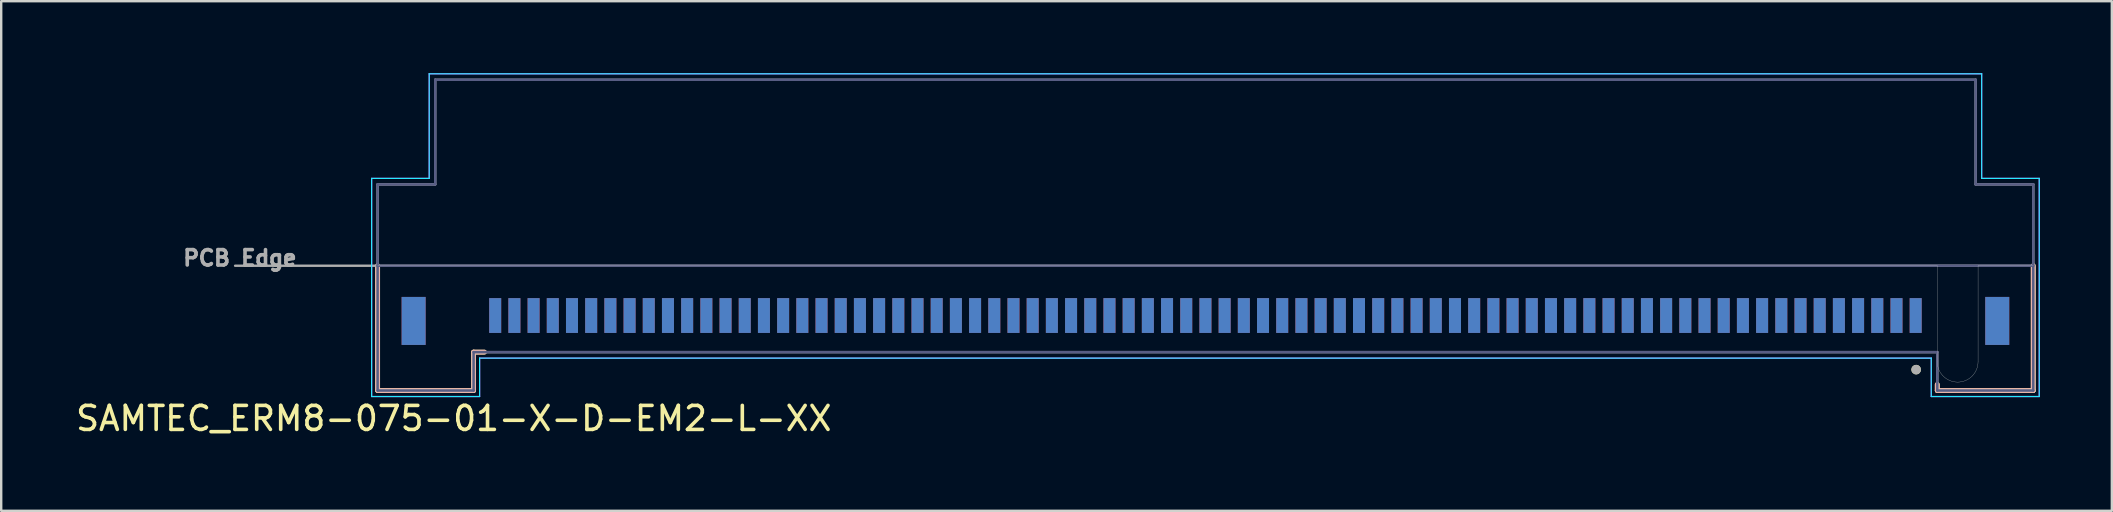
<source format=kicad_pcb>
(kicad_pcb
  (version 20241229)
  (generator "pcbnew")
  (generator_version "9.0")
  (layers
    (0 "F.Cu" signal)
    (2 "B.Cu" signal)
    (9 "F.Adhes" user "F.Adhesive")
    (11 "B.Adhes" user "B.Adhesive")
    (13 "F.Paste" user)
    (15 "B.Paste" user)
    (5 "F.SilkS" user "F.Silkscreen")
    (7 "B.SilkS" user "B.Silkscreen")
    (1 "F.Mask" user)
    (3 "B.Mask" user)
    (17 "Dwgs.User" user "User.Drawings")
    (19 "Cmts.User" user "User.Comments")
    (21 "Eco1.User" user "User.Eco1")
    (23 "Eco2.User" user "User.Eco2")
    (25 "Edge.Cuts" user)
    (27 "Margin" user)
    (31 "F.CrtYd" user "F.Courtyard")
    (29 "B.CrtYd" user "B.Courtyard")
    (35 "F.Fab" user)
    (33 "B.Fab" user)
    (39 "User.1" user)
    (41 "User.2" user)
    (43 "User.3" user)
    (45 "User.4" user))
  (footprint "SAMTEC_ERM8-075-01-X-D-EM2-L-XX"
    (layer "F.Cu")
    (at 47.188 8.025)
    (property "Reference" "SAMTEC_ERM8-075-01-X-D-EM2-L-XX" (at -31.325 6.365 0) (layer "F.SilkS") (effects (font (size 1 1) (thickness 0.15))))
    (attr smd)
    (fp_line (start -34.5 0) (end -34.5 5.2) (stroke (width 0.2) (type solid)) (layer "F.SilkS"))
    (fp_line (start -34.5 5.2) (end -30.5 5.2) (stroke (width 0.2) (type solid)) (layer "F.SilkS"))
    (fp_line (start -30.5 3.6) (end -30.05 3.6) (stroke (width 0.2) (type solid)) (layer "F.SilkS"))
    (fp_line (start -30.5 5.2) (end -30.5 3.6) (stroke (width 0.2) (type solid)) (layer "F.SilkS"))
    (fp_line (start 30.5 5.2) (end 30.5 4.95) (stroke (width 0.2) (type solid)) (layer "F.SilkS"))
    (fp_line (start 30.5 5.2) (end 34.5 5.2) (stroke (width 0.2) (type solid)) (layer "F.SilkS"))
    (fp_line (start 34.5 5.2) (end 34.5 0) (stroke (width 0.2) (type solid)) (layer "F.SilkS"))
    (fp_circle (center 29.62 4.33) (end 29.72 4.33) (stroke (width 0.2) (type solid)) (fill no) (layer "F.SilkS"))
    (fp_line (start -34.5 0) (end -34.5 5.2) (stroke (width 0.2) (type solid)) (layer "B.SilkS"))
    (fp_line (start -34.5 5.2) (end -30.5 5.2) (stroke (width 0.2) (type solid)) (layer "B.SilkS"))
    (fp_line (start -30.5 3.6) (end -30.05 3.6) (stroke (width 0.2) (type solid)) (layer "B.SilkS"))
    (fp_line (start -30.5 5.2) (end -30.5 3.6) (stroke (width 0.2) (type solid)) (layer "B.SilkS"))
    (fp_line (start 30.5 4.95) (end 30.5 5.2) (stroke (width 0.2) (type solid)) (layer "B.SilkS"))
    (fp_line (start 30.5 5.2) (end 34.5 5.2) (stroke (width 0.2) (type solid)) (layer "B.SilkS"))
    (fp_line (start 34.5 5.2) (end 34.5 0) (stroke (width 0.2) (type solid)) (layer "B.SilkS"))
    (fp_poly (pts (xy -29.78 2.08) (xy -29.78 3.35) (xy -29.42 3.35) (xy -29.42 2.08) (xy -29.6 1.83)) (stroke (width 0.01) (type solid)) (fill yes) (layer "F.Paste"))
    (fp_poly (pts (xy -28.98 2.08) (xy -28.98 3.35) (xy -28.62 3.35) (xy -28.62 2.08) (xy -28.8 1.83)) (stroke (width 0.01) (type solid)) (fill yes) (layer "F.Paste"))
    (fp_poly (pts (xy -28.18 2.08) (xy -28.18 3.35) (xy -27.82 3.35) (xy -27.82 2.08) (xy -28 1.83)) (stroke (width 0.01) (type solid)) (fill yes) (layer "F.Paste"))
    (fp_poly (pts (xy -27.38 2.08) (xy -27.38 3.35) (xy -27.02 3.35) (xy -27.02 2.08) (xy -27.2 1.83)) (stroke (width 0.01) (type solid)) (fill yes) (layer "F.Paste"))
    (fp_poly (pts (xy -26.58 2.08) (xy -26.58 3.35) (xy -26.22 3.35) (xy -26.22 2.08) (xy -26.4 1.83)) (stroke (width 0.01) (type solid)) (fill yes) (layer "F.Paste"))
    (fp_poly (pts (xy -25.78 2.08) (xy -25.78 3.35) (xy -25.42 3.35) (xy -25.42 2.08) (xy -25.6 1.83)) (stroke (width 0.01) (type solid)) (fill yes) (layer "F.Paste"))
    (fp_poly (pts (xy -24.98 2.08) (xy -24.98 3.35) (xy -24.62 3.35) (xy -24.62 2.08) (xy -24.8 1.83)) (stroke (width 0.01) (type solid)) (fill yes) (layer "F.Paste"))
    (fp_poly (pts (xy -24.18 2.08) (xy -24.18 3.35) (xy -23.82 3.35) (xy -23.82 2.08) (xy -24 1.83)) (stroke (width 0.01) (type solid)) (fill yes) (layer "F.Paste"))
    (fp_poly (pts (xy -23.38 2.08) (xy -23.38 3.35) (xy -23.02 3.35) (xy -23.02 2.08) (xy -23.2 1.83)) (stroke (width 0.01) (type solid)) (fill yes) (layer "F.Paste"))
    (fp_poly (pts (xy -22.58 2.08) (xy -22.58 3.35) (xy -22.22 3.35) (xy -22.22 2.08) (xy -22.4 1.83)) (stroke (width 0.01) (type solid)) (fill yes) (layer "F.Paste"))
    (fp_poly (pts (xy -21.78 2.08) (xy -21.78 3.35) (xy -21.42 3.35) (xy -21.42 2.08) (xy -21.6 1.83)) (stroke (width 0.01) (type solid)) (fill yes) (layer "F.Paste"))
    (fp_poly (pts (xy -20.98 2.08) (xy -20.98 3.35) (xy -20.62 3.35) (xy -20.62 2.08) (xy -20.8 1.83)) (stroke (width 0.01) (type solid)) (fill yes) (layer "F.Paste"))
    (fp_poly (pts (xy -20.18 2.08) (xy -20.18 3.35) (xy -19.82 3.35) (xy -19.82 2.08) (xy -20 1.83)) (stroke (width 0.01) (type solid)) (fill yes) (layer "F.Paste"))
    (fp_poly (pts (xy -19.38 2.08) (xy -19.38 3.35) (xy -19.02 3.35) (xy -19.02 2.08) (xy -19.2 1.83)) (stroke (width 0.01) (type solid)) (fill yes) (layer "F.Paste"))
    (fp_poly (pts (xy -18.58 2.08) (xy -18.58 3.35) (xy -18.22 3.35) (xy -18.22 2.08) (xy -18.4 1.83)) (stroke (width 0.01) (type solid)) (fill yes) (layer "F.Paste"))
    (fp_poly (pts (xy -17.78 2.08) (xy -17.78 3.35) (xy -17.42 3.35) (xy -17.42 2.08) (xy -17.6 1.83)) (stroke (width 0.01) (type solid)) (fill yes) (layer "F.Paste"))
    (fp_poly (pts (xy -16.98 2.08) (xy -16.98 3.35) (xy -16.62 3.35) (xy -16.62 2.08) (xy -16.8 1.83)) (stroke (width 0.01) (type solid)) (fill yes) (layer "F.Paste"))
    (fp_poly (pts (xy -16.18 2.08) (xy -16.18 3.35) (xy -15.82 3.35) (xy -15.82 2.08) (xy -16 1.83)) (stroke (width 0.01) (type solid)) (fill yes) (layer "F.Paste"))
    (fp_poly (pts (xy -15.38 2.08) (xy -15.38 3.35) (xy -15.02 3.35) (xy -15.02 2.08) (xy -15.2 1.83)) (stroke (width 0.01) (type solid)) (fill yes) (layer "F.Paste"))
    (fp_poly (pts (xy -14.58 2.08) (xy -14.58 3.35) (xy -14.22 3.35) (xy -14.22 2.08) (xy -14.4 1.83)) (stroke (width 0.01) (type solid)) (fill yes) (layer "F.Paste"))
    (fp_poly (pts (xy -13.78 2.08) (xy -13.78 3.35) (xy -13.42 3.35) (xy -13.42 2.08) (xy -13.6 1.83)) (stroke (width 0.01) (type solid)) (fill yes) (layer "F.Paste"))
    (fp_poly (pts (xy -12.98 2.08) (xy -12.98 3.35) (xy -12.62 3.35) (xy -12.62 2.08) (xy -12.8 1.83)) (stroke (width 0.01) (type solid)) (fill yes) (layer "F.Paste"))
    (fp_poly (pts (xy -12.18 2.08) (xy -12.18 3.35) (xy -11.82 3.35) (xy -11.82 2.08) (xy -12 1.83)) (stroke (width 0.01) (type solid)) (fill yes) (layer "F.Paste"))
    (fp_poly (pts (xy -11.38 2.08) (xy -11.38 3.35) (xy -11.02 3.35) (xy -11.02 2.08) (xy -11.2 1.83)) (stroke (width 0.01) (type solid)) (fill yes) (layer "F.Paste"))
    (fp_poly (pts (xy -10.58 2.08) (xy -10.58 3.35) (xy -10.22 3.35) (xy -10.22 2.08) (xy -10.4 1.83)) (stroke (width 0.01) (type solid)) (fill yes) (layer "F.Paste"))
    (fp_poly (pts (xy -9.78 2.08) (xy -9.78 3.35) (xy -9.42 3.35) (xy -9.42 2.08) (xy -9.6 1.83)) (stroke (width 0.01) (type solid)) (fill yes) (layer "F.Paste"))
    (fp_poly (pts (xy -8.98 2.08) (xy -8.98 3.35) (xy -8.62 3.35) (xy -8.62 2.08) (xy -8.8 1.83)) (stroke (width 0.01) (type solid)) (fill yes) (layer "F.Paste"))
    (fp_poly (pts (xy -8.18 2.08) (xy -8.18 3.35) (xy -7.82 3.35) (xy -7.82 2.08) (xy -8 1.83)) (stroke (width 0.01) (type solid)) (fill yes) (layer "F.Paste"))
    (fp_poly (pts (xy -7.38 2.08) (xy -7.38 3.35) (xy -7.02 3.35) (xy -7.02 2.08) (xy -7.2 1.83)) (stroke (width 0.01) (type solid)) (fill yes) (layer "F.Paste"))
    (fp_poly (pts (xy -6.58 2.08) (xy -6.58 3.35) (xy -6.22 3.35) (xy -6.22 2.08) (xy -6.4 1.83)) (stroke (width 0.01) (type solid)) (fill yes) (layer "F.Paste"))
    (fp_poly (pts (xy -5.78 2.08) (xy -5.78 3.35) (xy -5.42 3.35) (xy -5.42 2.08) (xy -5.6 1.83)) (stroke (width 0.01) (type solid)) (fill yes) (layer "F.Paste"))
    (fp_poly (pts (xy -4.98 2.08) (xy -4.98 3.35) (xy -4.62 3.35) (xy -4.62 2.08) (xy -4.8 1.83)) (stroke (width 0.01) (type solid)) (fill yes) (layer "F.Paste"))
    (fp_poly (pts (xy -4.18 2.08) (xy -4.18 3.35) (xy -3.82 3.35) (xy -3.82 2.08) (xy -4 1.83)) (stroke (width 0.01) (type solid)) (fill yes) (layer "F.Paste"))
    (fp_poly (pts (xy -3.38 2.08) (xy -3.38 3.35) (xy -3.02 3.35) (xy -3.02 2.08) (xy -3.2 1.83)) (stroke (width 0.01) (type solid)) (fill yes) (layer "F.Paste"))
    (fp_poly (pts (xy -2.58 2.08) (xy -2.58 3.35) (xy -2.22 3.35) (xy -2.22 2.08) (xy -2.4 1.83)) (stroke (width 0.01) (type solid)) (fill yes) (layer "F.Paste"))
    (fp_poly (pts (xy -1.78 2.08) (xy -1.78 3.35) (xy -1.42 3.35) (xy -1.42 2.08) (xy -1.6 1.83)) (stroke (width 0.01) (type solid)) (fill yes) (layer "F.Paste"))
    (fp_poly (pts (xy -0.98 2.08) (xy -0.98 3.35) (xy -0.62 3.35) (xy -0.62 2.08) (xy -0.8 1.83)) (stroke (width 0.01) (type solid)) (fill yes) (layer "F.Paste"))
    (fp_poly (pts (xy -0.18 2.08) (xy -0.18 3.35) (xy 0.18 3.35) (xy 0.18 2.08) (xy 0 1.83)) (stroke (width 0.01) (type solid)) (fill yes) (layer "F.Paste"))
    (fp_poly (pts (xy 0.62 2.08) (xy 0.62 3.35) (xy 0.98 3.35) (xy 0.98 2.08) (xy 0.8 1.83)) (stroke (width 0.01) (type solid)) (fill yes) (layer "F.Paste"))
    (fp_poly (pts (xy 1.42 2.08) (xy 1.42 3.35) (xy 1.78 3.35) (xy 1.78 2.08) (xy 1.6 1.83)) (stroke (width 0.01) (type solid)) (fill yes) (layer "F.Paste"))
    (fp_poly (pts (xy 2.22 2.08) (xy 2.22 3.35) (xy 2.58 3.35) (xy 2.58 2.08) (xy 2.4 1.83)) (stroke (width 0.01) (type solid)) (fill yes) (layer "F.Paste"))
    (fp_poly (pts (xy 3.02 2.08) (xy 3.02 3.35) (xy 3.38 3.35) (xy 3.38 2.08) (xy 3.2 1.83)) (stroke (width 0.01) (type solid)) (fill yes) (layer "F.Paste"))
    (fp_poly (pts (xy 3.82 2.08) (xy 3.82 3.35) (xy 4.18 3.35) (xy 4.18 2.08) (xy 4 1.83)) (stroke (width 0.01) (type solid)) (fill yes) (layer "F.Paste"))
    (fp_poly (pts (xy 4.62 2.08) (xy 4.62 3.35) (xy 4.98 3.35) (xy 4.98 2.08) (xy 4.8 1.83)) (stroke (width 0.01) (type solid)) (fill yes) (layer "F.Paste"))
    (fp_poly (pts (xy 5.42 2.08) (xy 5.42 3.35) (xy 5.78 3.35) (xy 5.78 2.08) (xy 5.6 1.83)) (stroke (width 0.01) (type solid)) (fill yes) (layer "F.Paste"))
    (fp_poly (pts (xy 6.22 2.08) (xy 6.22 3.35) (xy 6.58 3.35) (xy 6.58 2.08) (xy 6.4 1.83)) (stroke (width 0.01) (type solid)) (fill yes) (layer "F.Paste"))
    (fp_poly (pts (xy 7.02 2.08) (xy 7.02 3.35) (xy 7.38 3.35) (xy 7.38 2.08) (xy 7.2 1.83)) (stroke (width 0.01) (type solid)) (fill yes) (layer "F.Paste"))
    (fp_poly (pts (xy 7.82 2.08) (xy 7.82 3.35) (xy 8.18 3.35) (xy 8.18 2.08) (xy 8 1.83)) (stroke (width 0.01) (type solid)) (fill yes) (layer "F.Paste"))
    (fp_poly (pts (xy 8.62 2.08) (xy 8.62 3.35) (xy 8.98 3.35) (xy 8.98 2.08) (xy 8.8 1.83)) (stroke (width 0.01) (type solid)) (fill yes) (layer "F.Paste"))
    (fp_poly (pts (xy 9.42 2.08) (xy 9.42 3.35) (xy 9.78 3.35) (xy 9.78 2.08) (xy 9.6 1.83)) (stroke (width 0.01) (type solid)) (fill yes) (layer "F.Paste"))
    (fp_poly (pts (xy 10.22 2.08) (xy 10.22 3.35) (xy 10.58 3.35) (xy 10.58 2.08) (xy 10.4 1.83)) (stroke (width 0.01) (type solid)) (fill yes) (layer "F.Paste"))
    (fp_poly (pts (xy 11.02 2.08) (xy 11.02 3.35) (xy 11.38 3.35) (xy 11.38 2.08) (xy 11.2 1.83)) (stroke (width 0.01) (type solid)) (fill yes) (layer "F.Paste"))
    (fp_poly (pts (xy 11.82 2.08) (xy 11.82 3.35) (xy 12.18 3.35) (xy 12.18 2.08) (xy 12 1.83)) (stroke (width 0.01) (type solid)) (fill yes) (layer "F.Paste"))
    (fp_poly (pts (xy 12.62 2.08) (xy 12.62 3.35) (xy 12.98 3.35) (xy 12.98 2.08) (xy 12.8 1.83)) (stroke (width 0.01) (type solid)) (fill yes) (layer "F.Paste"))
    (fp_poly (pts (xy 13.42 2.08) (xy 13.42 3.35) (xy 13.78 3.35) (xy 13.78 2.08) (xy 13.6 1.83)) (stroke (width 0.01) (type solid)) (fill yes) (layer "F.Paste"))
    (fp_poly (pts (xy 14.22 2.08) (xy 14.22 3.35) (xy 14.58 3.35) (xy 14.58 2.08) (xy 14.4 1.83)) (stroke (width 0.01) (type solid)) (fill yes) (layer "F.Paste"))
    (fp_poly (pts (xy 15.02 2.08) (xy 15.02 3.35) (xy 15.38 3.35) (xy 15.38 2.08) (xy 15.2 1.83)) (stroke (width 0.01) (type solid)) (fill yes) (layer "F.Paste"))
    (fp_poly (pts (xy 15.82 2.08) (xy 15.82 3.35) (xy 16.18 3.35) (xy 16.18 2.08) (xy 16 1.83)) (stroke (width 0.01) (type solid)) (fill yes) (layer "F.Paste"))
    (fp_poly (pts (xy 16.62 2.08) (xy 16.62 3.35) (xy 16.98 3.35) (xy 16.98 2.08) (xy 16.8 1.83)) (stroke (width 0.01) (type solid)) (fill yes) (layer "F.Paste"))
    (fp_poly (pts (xy 17.42 2.08) (xy 17.42 3.35) (xy 17.78 3.35) (xy 17.78 2.08) (xy 17.6 1.83)) (stroke (width 0.01) (type solid)) (fill yes) (layer "F.Paste"))
    (fp_poly (pts (xy 18.22 2.08) (xy 18.22 3.35) (xy 18.58 3.35) (xy 18.58 2.08) (xy 18.4 1.83)) (stroke (width 0.01) (type solid)) (fill yes) (layer "F.Paste"))
    (fp_poly (pts (xy 19.02 2.08) (xy 19.02 3.35) (xy 19.38 3.35) (xy 19.38 2.08) (xy 19.2 1.83)) (stroke (width 0.01) (type solid)) (fill yes) (layer "F.Paste"))
    (fp_poly (pts (xy 19.82 2.08) (xy 19.82 3.35) (xy 20.18 3.35) (xy 20.18 2.08) (xy 20 1.83)) (stroke (width 0.01) (type solid)) (fill yes) (layer "F.Paste"))
    (fp_poly (pts (xy 20.62 2.08) (xy 20.62 3.35) (xy 20.98 3.35) (xy 20.98 2.08) (xy 20.8 1.83)) (stroke (width 0.01) (type solid)) (fill yes) (layer "F.Paste"))
    (fp_poly (pts (xy 21.42 2.08) (xy 21.42 3.35) (xy 21.78 3.35) (xy 21.78 2.08) (xy 21.6 1.83)) (stroke (width 0.01) (type solid)) (fill yes) (layer "F.Paste"))
    (fp_poly (pts (xy 22.22 2.08) (xy 22.22 3.35) (xy 22.58 3.35) (xy 22.58 2.08) (xy 22.4 1.83)) (stroke (width 0.01) (type solid)) (fill yes) (layer "F.Paste"))
    (fp_poly (pts (xy 23.02 2.08) (xy 23.02 3.35) (xy 23.38 3.35) (xy 23.38 2.08) (xy 23.2 1.83)) (stroke (width 0.01) (type solid)) (fill yes) (layer "F.Paste"))
    (fp_poly (pts (xy 23.82 2.08) (xy 23.82 3.35) (xy 24.18 3.35) (xy 24.18 2.08) (xy 24 1.83)) (stroke (width 0.01) (type solid)) (fill yes) (layer "F.Paste"))
    (fp_poly (pts (xy 24.62 2.08) (xy 24.62 3.35) (xy 24.98 3.35) (xy 24.98 2.08) (xy 24.8 1.83)) (stroke (width 0.01) (type solid)) (fill yes) (layer "F.Paste"))
    (fp_poly (pts (xy 25.42 2.08) (xy 25.42 3.35) (xy 25.78 3.35) (xy 25.78 2.08) (xy 25.6 1.83)) (stroke (width 0.01) (type solid)) (fill yes) (layer "F.Paste"))
    (fp_poly (pts (xy 26.22 2.08) (xy 26.22 3.35) (xy 26.58 3.35) (xy 26.58 2.08) (xy 26.4 1.83)) (stroke (width 0.01) (type solid)) (fill yes) (layer "F.Paste"))
    (fp_poly (pts (xy 27.02 2.08) (xy 27.02 3.35) (xy 27.38 3.35) (xy 27.38 2.08) (xy 27.2 1.83)) (stroke (width 0.01) (type solid)) (fill yes) (layer "F.Paste"))
    (fp_poly (pts (xy 27.82 2.08) (xy 27.82 3.35) (xy 28.18 3.35) (xy 28.18 2.08) (xy 28 1.83)) (stroke (width 0.01) (type solid)) (fill yes) (layer "F.Paste"))
    (fp_poly (pts (xy 28.62 2.08) (xy 28.62 3.35) (xy 28.98 3.35) (xy 28.98 2.08) (xy 28.8 1.83)) (stroke (width 0.01) (type solid)) (fill yes) (layer "F.Paste"))
    (fp_poly (pts (xy 29.42 2.08) (xy 29.42 3.35) (xy 29.78 3.35) (xy 29.78 2.08) (xy 29.6 1.83)) (stroke (width 0.01) (type solid)) (fill yes) (layer "F.Paste"))
    (fp_poly (pts (xy -29.78 2.08) (xy -29.78 3.35) (xy -29.42 3.35) (xy -29.42 2.08) (xy -29.6 1.83)) (stroke (width 0.01) (type solid)) (fill yes) (layer "B.Paste"))
    (fp_poly (pts (xy -28.98 2.08) (xy -28.98 3.35) (xy -28.62 3.35) (xy -28.62 2.08) (xy -28.8 1.83)) (stroke (width 0.01) (type solid)) (fill yes) (layer "B.Paste"))
    (fp_poly (pts (xy -28.18 2.08) (xy -28.18 3.35) (xy -27.82 3.35) (xy -27.82 2.08) (xy -28 1.83)) (stroke (width 0.01) (type solid)) (fill yes) (layer "B.Paste"))
    (fp_poly (pts (xy -27.38 2.08) (xy -27.38 3.35) (xy -27.02 3.35) (xy -27.02 2.08) (xy -27.2 1.83)) (stroke (width 0.01) (type solid)) (fill yes) (layer "B.Paste"))
    (fp_poly (pts (xy -26.58 2.08) (xy -26.58 3.35) (xy -26.22 3.35) (xy -26.22 2.08) (xy -26.4 1.83)) (stroke (width 0.01) (type solid)) (fill yes) (layer "B.Paste"))
    (fp_poly (pts (xy -25.78 2.08) (xy -25.78 3.35) (xy -25.42 3.35) (xy -25.42 2.08) (xy -25.6 1.83)) (stroke (width 0.01) (type solid)) (fill yes) (layer "B.Paste"))
    (fp_poly (pts (xy -24.98 2.08) (xy -24.98 3.35) (xy -24.62 3.35) (xy -24.62 2.08) (xy -24.8 1.83)) (stroke (width 0.01) (type solid)) (fill yes) (layer "B.Paste"))
    (fp_poly (pts (xy -24.18 2.08) (xy -24.18 3.35) (xy -23.82 3.35) (xy -23.82 2.08) (xy -24 1.83)) (stroke (width 0.01) (type solid)) (fill yes) (layer "B.Paste"))
    (fp_poly (pts (xy -23.38 2.08) (xy -23.38 3.35) (xy -23.02 3.35) (xy -23.02 2.08) (xy -23.2 1.83)) (stroke (width 0.01) (type solid)) (fill yes) (layer "B.Paste"))
    (fp_poly (pts (xy -22.58 2.08) (xy -22.58 3.35) (xy -22.22 3.35) (xy -22.22 2.08) (xy -22.4 1.83)) (stroke (width 0.01) (type solid)) (fill yes) (layer "B.Paste"))
    (fp_poly (pts (xy -21.78 2.08) (xy -21.78 3.35) (xy -21.42 3.35) (xy -21.42 2.08) (xy -21.6 1.83)) (stroke (width 0.01) (type solid)) (fill yes) (layer "B.Paste"))
    (fp_poly (pts (xy -20.98 2.08) (xy -20.98 3.35) (xy -20.62 3.35) (xy -20.62 2.08) (xy -20.8 1.83)) (stroke (width 0.01) (type solid)) (fill yes) (layer "B.Paste"))
    (fp_poly (pts (xy -20.18 2.08) (xy -20.18 3.35) (xy -19.82 3.35) (xy -19.82 2.08) (xy -20 1.83)) (stroke (width 0.01) (type solid)) (fill yes) (layer "B.Paste"))
    (fp_poly (pts (xy -19.38 2.08) (xy -19.38 3.35) (xy -19.02 3.35) (xy -19.02 2.08) (xy -19.2 1.83)) (stroke (width 0.01) (type solid)) (fill yes) (layer "B.Paste"))
    (fp_poly (pts (xy -18.58 2.08) (xy -18.58 3.35) (xy -18.22 3.35) (xy -18.22 2.08) (xy -18.4 1.83)) (stroke (width 0.01) (type solid)) (fill yes) (layer "B.Paste"))
    (fp_poly (pts (xy -17.78 2.08) (xy -17.78 3.35) (xy -17.42 3.35) (xy -17.42 2.08) (xy -17.6 1.83)) (stroke (width 0.01) (type solid)) (fill yes) (layer "B.Paste"))
    (fp_poly (pts (xy -16.98 2.08) (xy -16.98 3.35) (xy -16.62 3.35) (xy -16.62 2.08) (xy -16.8 1.83)) (stroke (width 0.01) (type solid)) (fill yes) (layer "B.Paste"))
    (fp_poly (pts (xy -16.18 2.08) (xy -16.18 3.35) (xy -15.82 3.35) (xy -15.82 2.08) (xy -16 1.83)) (stroke (width 0.01) (type solid)) (fill yes) (layer "B.Paste"))
    (fp_poly (pts (xy -15.38 2.08) (xy -15.38 3.35) (xy -15.02 3.35) (xy -15.02 2.08) (xy -15.2 1.83)) (stroke (width 0.01) (type solid)) (fill yes) (layer "B.Paste"))
    (fp_poly (pts (xy -14.58 2.08) (xy -14.58 3.35) (xy -14.22 3.35) (xy -14.22 2.08) (xy -14.4 1.83)) (stroke (width 0.01) (type solid)) (fill yes) (layer "B.Paste"))
    (fp_poly (pts (xy -13.78 2.08) (xy -13.78 3.35) (xy -13.42 3.35) (xy -13.42 2.08) (xy -13.6 1.83)) (stroke (width 0.01) (type solid)) (fill yes) (layer "B.Paste"))
    (fp_poly (pts (xy -12.98 2.08) (xy -12.98 3.35) (xy -12.62 3.35) (xy -12.62 2.08) (xy -12.8 1.83)) (stroke (width 0.01) (type solid)) (fill yes) (layer "B.Paste"))
    (fp_poly (pts (xy -12.18 2.08) (xy -12.18 3.35) (xy -11.82 3.35) (xy -11.82 2.08) (xy -12 1.83)) (stroke (width 0.01) (type solid)) (fill yes) (layer "B.Paste"))
    (fp_poly (pts (xy -11.38 2.08) (xy -11.38 3.35) (xy -11.02 3.35) (xy -11.02 2.08) (xy -11.2 1.83)) (stroke (width 0.01) (type solid)) (fill yes) (layer "B.Paste"))
    (fp_poly (pts (xy -10.58 2.08) (xy -10.58 3.35) (xy -10.22 3.35) (xy -10.22 2.08) (xy -10.4 1.83)) (stroke (width 0.01) (type solid)) (fill yes) (layer "B.Paste"))
    (fp_poly (pts (xy -9.78 2.08) (xy -9.78 3.35) (xy -9.42 3.35) (xy -9.42 2.08) (xy -9.6 1.83)) (stroke (width 0.01) (type solid)) (fill yes) (layer "B.Paste"))
    (fp_poly (pts (xy -8.98 2.08) (xy -8.98 3.35) (xy -8.62 3.35) (xy -8.62 2.08) (xy -8.8 1.83)) (stroke (width 0.01) (type solid)) (fill yes) (layer "B.Paste"))
    (fp_poly (pts (xy -8.18 2.08) (xy -8.18 3.35) (xy -7.82 3.35) (xy -7.82 2.08) (xy -8 1.83)) (stroke (width 0.01) (type solid)) (fill yes) (layer "B.Paste"))
    (fp_poly (pts (xy -7.38 2.08) (xy -7.38 3.35) (xy -7.02 3.35) (xy -7.02 2.08) (xy -7.2 1.83)) (stroke (width 0.01) (type solid)) (fill yes) (layer "B.Paste"))
    (fp_poly (pts (xy -6.58 2.08) (xy -6.58 3.35) (xy -6.22 3.35) (xy -6.22 2.08) (xy -6.4 1.83)) (stroke (width 0.01) (type solid)) (fill yes) (layer "B.Paste"))
    (fp_poly (pts (xy -5.78 2.08) (xy -5.78 3.35) (xy -5.42 3.35) (xy -5.42 2.08) (xy -5.6 1.83)) (stroke (width 0.01) (type solid)) (fill yes) (layer "B.Paste"))
    (fp_poly (pts (xy -4.98 2.08) (xy -4.98 3.35) (xy -4.62 3.35) (xy -4.62 2.08) (xy -4.8 1.83)) (stroke (width 0.01) (type solid)) (fill yes) (layer "B.Paste"))
    (fp_poly (pts (xy -4.18 2.08) (xy -4.18 3.35) (xy -3.82 3.35) (xy -3.82 2.08) (xy -4 1.83)) (stroke (width 0.01) (type solid)) (fill yes) (layer "B.Paste"))
    (fp_poly (pts (xy -3.38 2.08) (xy -3.38 3.35) (xy -3.02 3.35) (xy -3.02 2.08) (xy -3.2 1.83)) (stroke (width 0.01) (type solid)) (fill yes) (layer "B.Paste"))
    (fp_poly (pts (xy -2.58 2.08) (xy -2.58 3.35) (xy -2.22 3.35) (xy -2.22 2.08) (xy -2.4 1.83)) (stroke (width 0.01) (type solid)) (fill yes) (layer "B.Paste"))
    (fp_poly (pts (xy -1.78 2.08) (xy -1.78 3.35) (xy -1.42 3.35) (xy -1.42 2.08) (xy -1.6 1.83)) (stroke (width 0.01) (type solid)) (fill yes) (layer "B.Paste"))
    (fp_poly (pts (xy -0.98 2.08) (xy -0.98 3.35) (xy -0.62 3.35) (xy -0.62 2.08) (xy -0.8 1.83)) (stroke (width 0.01) (type solid)) (fill yes) (layer "B.Paste"))
    (fp_poly (pts (xy -0.18 2.08) (xy -0.18 3.35) (xy 0.18 3.35) (xy 0.18 2.08) (xy 0 1.83)) (stroke (width 0.01) (type solid)) (fill yes) (layer "B.Paste"))
    (fp_poly (pts (xy 0.62 2.08) (xy 0.62 3.35) (xy 0.98 3.35) (xy 0.98 2.08) (xy 0.8 1.83)) (stroke (width 0.01) (type solid)) (fill yes) (layer "B.Paste"))
    (fp_poly (pts (xy 1.42 2.08) (xy 1.42 3.35) (xy 1.78 3.35) (xy 1.78 2.08) (xy 1.6 1.83)) (stroke (width 0.01) (type solid)) (fill yes) (layer "B.Paste"))
    (fp_poly (pts (xy 2.22 2.08) (xy 2.22 3.35) (xy 2.58 3.35) (xy 2.58 2.08) (xy 2.4 1.83)) (stroke (width 0.01) (type solid)) (fill yes) (layer "B.Paste"))
    (fp_poly (pts (xy 3.02 2.08) (xy 3.02 3.35) (xy 3.38 3.35) (xy 3.38 2.08) (xy 3.2 1.83)) (stroke (width 0.01) (type solid)) (fill yes) (layer "B.Paste"))
    (fp_poly (pts (xy 3.82 2.08) (xy 3.82 3.35) (xy 4.18 3.35) (xy 4.18 2.08) (xy 4 1.83)) (stroke (width 0.01) (type solid)) (fill yes) (layer "B.Paste"))
    (fp_poly (pts (xy 4.62 2.08) (xy 4.62 3.35) (xy 4.98 3.35) (xy 4.98 2.08) (xy 4.8 1.83)) (stroke (width 0.01) (type solid)) (fill yes) (layer "B.Paste"))
    (fp_poly (pts (xy 5.42 2.08) (xy 5.42 3.35) (xy 5.78 3.35) (xy 5.78 2.08) (xy 5.6 1.83)) (stroke (width 0.01) (type solid)) (fill yes) (layer "B.Paste"))
    (fp_poly (pts (xy 6.22 2.08) (xy 6.22 3.35) (xy 6.58 3.35) (xy 6.58 2.08) (xy 6.4 1.83)) (stroke (width 0.01) (type solid)) (fill yes) (layer "B.Paste"))
    (fp_poly (pts (xy 7.02 2.08) (xy 7.02 3.35) (xy 7.38 3.35) (xy 7.38 2.08) (xy 7.2 1.83)) (stroke (width 0.01) (type solid)) (fill yes) (layer "B.Paste"))
    (fp_poly (pts (xy 7.82 2.08) (xy 7.82 3.35) (xy 8.18 3.35) (xy 8.18 2.08) (xy 8 1.83)) (stroke (width 0.01) (type solid)) (fill yes) (layer "B.Paste"))
    (fp_poly (pts (xy 8.62 2.08) (xy 8.62 3.35) (xy 8.98 3.35) (xy 8.98 2.08) (xy 8.8 1.83)) (stroke (width 0.01) (type solid)) (fill yes) (layer "B.Paste"))
    (fp_poly (pts (xy 9.42 2.08) (xy 9.42 3.35) (xy 9.78 3.35) (xy 9.78 2.08) (xy 9.6 1.83)) (stroke (width 0.01) (type solid)) (fill yes) (layer "B.Paste"))
    (fp_poly (pts (xy 10.22 2.08) (xy 10.22 3.35) (xy 10.58 3.35) (xy 10.58 2.08) (xy 10.4 1.83)) (stroke (width 0.01) (type solid)) (fill yes) (layer "B.Paste"))
    (fp_poly (pts (xy 11.02 2.08) (xy 11.02 3.35) (xy 11.38 3.35) (xy 11.38 2.08) (xy 11.2 1.83)) (stroke (width 0.01) (type solid)) (fill yes) (layer "B.Paste"))
    (fp_poly (pts (xy 11.82 2.08) (xy 11.82 3.35) (xy 12.18 3.35) (xy 12.18 2.08) (xy 12 1.83)) (stroke (width 0.01) (type solid)) (fill yes) (layer "B.Paste"))
    (fp_poly (pts (xy 12.62 2.08) (xy 12.62 3.35) (xy 12.98 3.35) (xy 12.98 2.08) (xy 12.8 1.83)) (stroke (width 0.01) (type solid)) (fill yes) (layer "B.Paste"))
    (fp_poly (pts (xy 13.42 2.08) (xy 13.42 3.35) (xy 13.78 3.35) (xy 13.78 2.08) (xy 13.6 1.83)) (stroke (width 0.01) (type solid)) (fill yes) (layer "B.Paste"))
    (fp_poly (pts (xy 14.22 2.08) (xy 14.22 3.35) (xy 14.58 3.35) (xy 14.58 2.08) (xy 14.4 1.83)) (stroke (width 0.01) (type solid)) (fill yes) (layer "B.Paste"))
    (fp_poly (pts (xy 15.02 2.08) (xy 15.02 3.35) (xy 15.38 3.35) (xy 15.38 2.08) (xy 15.2 1.83)) (stroke (width 0.01) (type solid)) (fill yes) (layer "B.Paste"))
    (fp_poly (pts (xy 15.82 2.08) (xy 15.82 3.35) (xy 16.18 3.35) (xy 16.18 2.08) (xy 16 1.83)) (stroke (width 0.01) (type solid)) (fill yes) (layer "B.Paste"))
    (fp_poly (pts (xy 16.62 2.08) (xy 16.62 3.35) (xy 16.98 3.35) (xy 16.98 2.08) (xy 16.8 1.83)) (stroke (width 0.01) (type solid)) (fill yes) (layer "B.Paste"))
    (fp_poly (pts (xy 17.42 2.08) (xy 17.42 3.35) (xy 17.78 3.35) (xy 17.78 2.08) (xy 17.6 1.83)) (stroke (width 0.01) (type solid)) (fill yes) (layer "B.Paste"))
    (fp_poly (pts (xy 18.22 2.08) (xy 18.22 3.35) (xy 18.58 3.35) (xy 18.58 2.08) (xy 18.4 1.83)) (stroke (width 0.01) (type solid)) (fill yes) (layer "B.Paste"))
    (fp_poly (pts (xy 19.02 2.08) (xy 19.02 3.35) (xy 19.38 3.35) (xy 19.38 2.08) (xy 19.2 1.83)) (stroke (width 0.01) (type solid)) (fill yes) (layer "B.Paste"))
    (fp_poly (pts (xy 19.82 2.08) (xy 19.82 3.35) (xy 20.18 3.35) (xy 20.18 2.08) (xy 20 1.83)) (stroke (width 0.01) (type solid)) (fill yes) (layer "B.Paste"))
    (fp_poly (pts (xy 20.62 2.08) (xy 20.62 3.35) (xy 20.98 3.35) (xy 20.98 2.08) (xy 20.8 1.83)) (stroke (width 0.01) (type solid)) (fill yes) (layer "B.Paste"))
    (fp_poly (pts (xy 21.42 2.08) (xy 21.42 3.35) (xy 21.78 3.35) (xy 21.78 2.08) (xy 21.6 1.83)) (stroke (width 0.01) (type solid)) (fill yes) (layer "B.Paste"))
    (fp_poly (pts (xy 22.22 2.08) (xy 22.22 3.35) (xy 22.58 3.35) (xy 22.58 2.08) (xy 22.4 1.83)) (stroke (width 0.01) (type solid)) (fill yes) (layer "B.Paste"))
    (fp_poly (pts (xy 23.02 2.08) (xy 23.02 3.35) (xy 23.38 3.35) (xy 23.38 2.08) (xy 23.2 1.83)) (stroke (width 0.01) (type solid)) (fill yes) (layer "B.Paste"))
    (fp_poly (pts (xy 23.82 2.08) (xy 23.82 3.35) (xy 24.18 3.35) (xy 24.18 2.08) (xy 24 1.83)) (stroke (width 0.01) (type solid)) (fill yes) (layer "B.Paste"))
    (fp_poly (pts (xy 24.62 2.08) (xy 24.62 3.35) (xy 24.98 3.35) (xy 24.98 2.08) (xy 24.8 1.83)) (stroke (width 0.01) (type solid)) (fill yes) (layer "B.Paste"))
    (fp_poly (pts (xy 25.42 2.08) (xy 25.42 3.35) (xy 25.78 3.35) (xy 25.78 2.08) (xy 25.6 1.83)) (stroke (width 0.01) (type solid)) (fill yes) (layer "B.Paste"))
    (fp_poly (pts (xy 26.22 2.08) (xy 26.22 3.35) (xy 26.58 3.35) (xy 26.58 2.08) (xy 26.4 1.83)) (stroke (width 0.01) (type solid)) (fill yes) (layer "B.Paste"))
    (fp_poly (pts (xy 27.02 2.08) (xy 27.02 3.35) (xy 27.38 3.35) (xy 27.38 2.08) (xy 27.2 1.83)) (stroke (width 0.01) (type solid)) (fill yes) (layer "B.Paste"))
    (fp_poly (pts (xy 27.82 2.08) (xy 27.82 3.35) (xy 28.18 3.35) (xy 28.18 2.08) (xy 28 1.83)) (stroke (width 0.01) (type solid)) (fill yes) (layer "B.Paste"))
    (fp_poly (pts (xy 28.62 2.08) (xy 28.62 3.35) (xy 28.98 3.35) (xy 28.98 2.08) (xy 28.8 1.83)) (stroke (width 0.01) (type solid)) (fill yes) (layer "B.Paste"))
    (fp_poly (pts (xy 29.42 2.08) (xy 29.42 3.35) (xy 29.78 3.35) (xy 29.78 2.08) (xy 29.6 1.83)) (stroke (width 0.01) (type solid)) (fill yes) (layer "B.Paste"))
    (fp_line (start 30.5 0) (end -34.5 0) (stroke (width 0.01) (type solid)) (layer "Edge.Cuts"))
    (fp_line (start 30.5 4) (end 30.5 0) (stroke (width 0.01) (type solid)) (layer "Edge.Cuts"))
    (fp_line (start 32.2 0) (end 32.2 4) (stroke (width 0.01) (type solid)) (layer "Edge.Cuts"))
    (fp_line (start 32.2 0) (end 34.5 0) (stroke (width 0.01) (type solid)) (layer "Edge.Cuts"))
    (fp_arc (start 31.35 4.85) (mid 30.748959 4.601041) (end 30.5 4) (stroke (width 0.01) (type solid)) (layer "Edge.Cuts"))
    (fp_arc (start 32.2 4) (mid 31.951041 4.601041) (end 31.35 4.85) (stroke (width 0.01) (type solid)) (layer "Edge.Cuts"))
    (fp_line (start -34.75 -3.64) (end -34.75 5.45) (stroke (width 0.05) (type solid)) (layer "B.CrtYd"))
    (fp_line (start -34.75 5.45) (end -30.25 5.45) (stroke (width 0.05) (type solid)) (layer "B.CrtYd"))
    (fp_line (start -32.35 -8) (end -32.35 -3.64) (stroke (width 0.05) (type solid)) (layer "B.CrtYd"))
    (fp_line (start -32.35 -3.64) (end -34.75 -3.64) (stroke (width 0.05) (type solid)) (layer "B.CrtYd"))
    (fp_line (start -30.25 3.85) (end 30.25 3.85) (stroke (width 0.05) (type solid)) (layer "B.CrtYd"))
    (fp_line (start -30.25 5.45) (end -30.25 3.85) (stroke (width 0.05) (type solid)) (layer "B.CrtYd"))
    (fp_line (start 30.25 3.85) (end 30.25 5.45) (stroke (width 0.05) (type solid)) (layer "B.CrtYd"))
    (fp_line (start 30.25 5.45) (end 34.75 5.45) (stroke (width 0.05) (type solid)) (layer "B.CrtYd"))
    (fp_line (start 32.35 -8) (end -32.35 -8) (stroke (width 0.05) (type solid)) (layer "B.CrtYd"))
    (fp_line (start 32.35 -3.64) (end 32.35 -8) (stroke (width 0.05) (type solid)) (layer "B.CrtYd"))
    (fp_line (start 34.75 -3.64) (end 32.35 -3.64) (stroke (width 0.05) (type solid)) (layer "B.CrtYd"))
    (fp_line (start 34.75 5.45) (end 34.75 -3.64) (stroke (width 0.05) (type solid)) (layer "B.CrtYd"))
    (fp_line (start -34.75 -3.64) (end -34.75 5.45) (stroke (width 0.05) (type solid)) (layer "F.CrtYd"))
    (fp_line (start -34.75 5.45) (end -30.25 5.45) (stroke (width 0.05) (type solid)) (layer "F.CrtYd"))
    (fp_line (start -32.35 -8) (end -32.35 -3.64) (stroke (width 0.05) (type solid)) (layer "F.CrtYd"))
    (fp_line (start -32.35 -3.64) (end -34.75 -3.64) (stroke (width 0.05) (type solid)) (layer "F.CrtYd"))
    (fp_line (start -30.25 3.85) (end 30.25 3.85) (stroke (width 0.05) (type solid)) (layer "F.CrtYd"))
    (fp_line (start -30.25 5.45) (end -30.25 3.85) (stroke (width 0.05) (type solid)) (layer "F.CrtYd"))
    (fp_line (start 30.25 3.85) (end 30.25 5.45) (stroke (width 0.05) (type solid)) (layer "F.CrtYd"))
    (fp_line (start 30.25 5.45) (end 34.75 5.45) (stroke (width 0.05) (type solid)) (layer "F.CrtYd"))
    (fp_line (start 32.35 -8) (end -32.35 -8) (stroke (width 0.05) (type solid)) (layer "F.CrtYd"))
    (fp_line (start 32.35 -3.64) (end 32.35 -8) (stroke (width 0.05) (type solid)) (layer "F.CrtYd"))
    (fp_line (start 34.75 -3.64) (end 32.35 -3.64) (stroke (width 0.05) (type solid)) (layer "F.CrtYd"))
    (fp_line (start 34.75 5.45) (end 34.75 -3.64) (stroke (width 0.05) (type solid)) (layer "F.CrtYd"))
    (fp_line (start -34.5 -3.39) (end -34.5 0) (stroke (width 0.1) (type solid)) (layer "B.Fab"))
    (fp_line (start -34.5 0) (end -34.5 5.2) (stroke (width 0.1) (type solid)) (layer "B.Fab"))
    (fp_line (start -34.5 0) (end 34.5 0) (stroke (width 0.1) (type solid)) (layer "B.Fab"))
    (fp_line (start -34.5 5.2) (end -30.5 5.2) (stroke (width 0.1) (type solid)) (layer "B.Fab"))
    (fp_line (start -32.1 -7.75) (end -32.1 -3.39) (stroke (width 0.1) (type solid)) (layer "B.Fab"))
    (fp_line (start -32.1 -3.39) (end -34.5 -3.39) (stroke (width 0.1) (type solid)) (layer "B.Fab"))
    (fp_line (start -30.5 3.6) (end 30.5 3.6) (stroke (width 0.1) (type solid)) (layer "B.Fab"))
    (fp_line (start -30.5 5.2) (end -30.5 3.6) (stroke (width 0.1) (type solid)) (layer "B.Fab"))
    (fp_line (start 30.5 3.6) (end 30.5 5.2) (stroke (width 0.1) (type solid)) (layer "B.Fab"))
    (fp_line (start 30.5 5.2) (end 34.5 5.2) (stroke (width 0.1) (type solid)) (layer "B.Fab"))
    (fp_line (start 32.1 -7.75) (end -32.1 -7.75) (stroke (width 0.1) (type solid)) (layer "B.Fab"))
    (fp_line (start 32.1 -3.39) (end 32.1 -7.75) (stroke (width 0.1) (type solid)) (layer "B.Fab"))
    (fp_line (start 34.5 -3.39) (end 32.1 -3.39) (stroke (width 0.1) (type solid)) (layer "B.Fab"))
    (fp_line (start 34.5 0) (end 34.5 -3.39) (stroke (width 0.1) (type solid)) (layer "B.Fab"))
    (fp_line (start 34.5 5.2) (end 34.5 0) (stroke (width 0.1) (type solid)) (layer "B.Fab"))
    (fp_line (start -40.44 0) (end -34.5 0) (stroke (width 0.1) (type solid)) (layer "F.Fab"))
    (fp_line (start -34.5 -3.39) (end -34.5 0) (stroke (width 0.1) (type solid)) (layer "F.Fab"))
    (fp_line (start -34.5 0) (end -34.5 5.2) (stroke (width 0.1) (type solid)) (layer "F.Fab"))
    (fp_line (start -34.5 0) (end 34.5 0) (stroke (width 0.1) (type solid)) (layer "F.Fab"))
    (fp_line (start -34.5 5.2) (end -30.5 5.2) (stroke (width 0.1) (type solid)) (layer "F.Fab"))
    (fp_line (start -32.1 -7.75) (end -32.1 -3.39) (stroke (width 0.1) (type solid)) (layer "F.Fab"))
    (fp_line (start -32.1 -3.39) (end -34.5 -3.39) (stroke (width 0.1) (type solid)) (layer "F.Fab"))
    (fp_line (start -30.5 3.6) (end 30.5 3.6) (stroke (width 0.1) (type solid)) (layer "F.Fab"))
    (fp_line (start -30.5 5.2) (end -30.5 3.6) (stroke (width 0.1) (type solid)) (layer "F.Fab"))
    (fp_line (start 30.5 3.6) (end 30.5 5.2) (stroke (width 0.1) (type solid)) (layer "F.Fab"))
    (fp_line (start 30.5 5.2) (end 34.5 5.2) (stroke (width 0.1) (type solid)) (layer "F.Fab"))
    (fp_line (start 32.1 -7.75) (end -32.1 -7.75) (stroke (width 0.1) (type solid)) (layer "F.Fab"))
    (fp_line (start 32.1 -3.39) (end 32.1 -7.75) (stroke (width 0.1) (type solid)) (layer "F.Fab"))
    (fp_line (start 34.5 -3.39) (end 32.1 -3.39) (stroke (width 0.1) (type solid)) (layer "F.Fab"))
    (fp_line (start 34.5 0) (end 34.5 -3.39) (stroke (width 0.1) (type solid)) (layer "F.Fab"))
    (fp_line (start 34.5 5.2) (end 34.5 0) (stroke (width 0.1) (type solid)) (layer "F.Fab"))
    (fp_circle (center 29.62 4.33) (end 29.72 4.33) (stroke (width 0.2) (type solid)) (fill no) (layer "F.Fab"))
    (fp_text user "PCB Edge" (at -40.24 -0.32 0) (layer "F.Fab") (effects (font (size 0.64 0.64) (thickness 0.15))))
    (pad "01" smd rect (at 29.6 2.075) (size 0.5 1.45) (layers "F.Cu" "F.Mask"))
    (pad "02" smd rect (at 29.6 2.075) (size 0.5 1.45) (layers "B.Cu" "B.Mask"))
    (pad "03" smd rect (at 28.8 2.075) (size 0.5 1.45) (layers "F.Cu" "F.Mask"))
    (pad "04" smd rect (at 28.8 2.075) (size 0.5 1.45) (layers "B.Cu" "B.Mask"))
    (pad "05" smd rect (at 28 2.075) (size 0.5 1.45) (layers "F.Cu" "F.Mask"))
    (pad "06" smd rect (at 28 2.075) (size 0.5 1.45) (layers "B.Cu" "B.Mask"))
    (pad "07" smd rect (at 27.2 2.075) (size 0.5 1.45) (layers "F.Cu" "F.Mask"))
    (pad "08" smd rect (at 27.2 2.075) (size 0.5 1.45) (layers "B.Cu" "B.Mask"))
    (pad "09" smd rect (at 26.4 2.075) (size 0.5 1.45) (layers "F.Cu" "F.Mask"))
    (pad "10" smd rect (at 26.4 2.075) (size 0.5 1.45) (layers "B.Cu" "B.Mask"))
    (pad "11" smd rect (at 25.6 2.075) (size 0.5 1.45) (layers "F.Cu" "F.Mask"))
    (pad "12" smd rect (at 25.6 2.075) (size 0.5 1.45) (layers "B.Cu" "B.Mask"))
    (pad "13" smd rect (at 24.8 2.075) (size 0.5 1.45) (layers "F.Cu" "F.Mask"))
    (pad "14" smd rect (at 24.8 2.075) (size 0.5 1.45) (layers "B.Cu" "B.Mask"))
    (pad "15" smd rect (at 24 2.075) (size 0.5 1.45) (layers "F.Cu" "F.Mask"))
    (pad "16" smd rect (at 24 2.075) (size 0.5 1.45) (layers "B.Cu" "B.Mask"))
    (pad "17" smd rect (at 23.2 2.075) (size 0.5 1.45) (layers "F.Cu" "F.Mask"))
    (pad "18" smd rect (at 23.2 2.075) (size 0.5 1.45) (layers "B.Cu" "B.Mask"))
    (pad "19" smd rect (at 22.4 2.075) (size 0.5 1.45) (layers "F.Cu" "F.Mask"))
    (pad "20" smd rect (at 22.4 2.075) (size 0.5 1.45) (layers "B.Cu" "B.Mask"))
    (pad "21" smd rect (at 21.6 2.075) (size 0.5 1.45) (layers "F.Cu" "F.Mask"))
    (pad "22" smd rect (at 21.6 2.075) (size 0.5 1.45) (layers "B.Cu" "B.Mask"))
    (pad "23" smd rect (at 20.8 2.075) (size 0.5 1.45) (layers "F.Cu" "F.Mask"))
    (pad "24" smd rect (at 20.8 2.075) (size 0.5 1.45) (layers "B.Cu" "B.Mask"))
    (pad "25" smd rect (at 20 2.075) (size 0.5 1.45) (layers "F.Cu" "F.Mask"))
    (pad "26" smd rect (at 20 2.075) (size 0.5 1.45) (layers "B.Cu" "B.Mask"))
    (pad "27" smd rect (at 19.2 2.075) (size 0.5 1.45) (layers "F.Cu" "F.Mask"))
    (pad "28" smd rect (at 19.2 2.075) (size 0.5 1.45) (layers "B.Cu" "B.Mask"))
    (pad "29" smd rect (at 18.4 2.075) (size 0.5 1.45) (layers "F.Cu" "F.Mask"))
    (pad "30" smd rect (at 18.4 2.075) (size 0.5 1.45) (layers "B.Cu" "B.Mask"))
    (pad "31" smd rect (at 17.6 2.075) (size 0.5 1.45) (layers "F.Cu" "F.Mask"))
    (pad "32" smd rect (at 17.6 2.075) (size 0.5 1.45) (layers "B.Cu" "B.Mask"))
    (pad "33" smd rect (at 16.8 2.075) (size 0.5 1.45) (layers "F.Cu" "F.Mask"))
    (pad "34" smd rect (at 16.8 2.075) (size 0.5 1.45) (layers "B.Cu" "B.Mask"))
    (pad "35" smd rect (at 16 2.075) (size 0.5 1.45) (layers "F.Cu" "F.Mask"))
    (pad "36" smd rect (at 16 2.075) (size 0.5 1.45) (layers "B.Cu" "B.Mask"))
    (pad "37" smd rect (at 15.2 2.075) (size 0.5 1.45) (layers "F.Cu" "F.Mask"))
    (pad "38" smd rect (at 15.2 2.075) (size 0.5 1.45) (layers "B.Cu" "B.Mask"))
    (pad "39" smd rect (at 14.4 2.075) (size 0.5 1.45) (layers "F.Cu" "F.Mask"))
    (pad "40" smd rect (at 14.4 2.075) (size 0.5 1.45) (layers "B.Cu" "B.Mask"))
    (pad "41" smd rect (at 13.6 2.075) (size 0.5 1.45) (layers "F.Cu" "F.Mask"))
    (pad "42" smd rect (at 13.6 2.075) (size 0.5 1.45) (layers "B.Cu" "B.Mask"))
    (pad "43" smd rect (at 12.8 2.075) (size 0.5 1.45) (layers "F.Cu" "F.Mask"))
    (pad "44" smd rect (at 12.8 2.075) (size 0.5 1.45) (layers "B.Cu" "B.Mask"))
    (pad "45" smd rect (at 12 2.075) (size 0.5 1.45) (layers "F.Cu" "F.Mask"))
    (pad "46" smd rect (at 12 2.075) (size 0.5 1.45) (layers "B.Cu" "B.Mask"))
    (pad "47" smd rect (at 11.2 2.075) (size 0.5 1.45) (layers "F.Cu" "F.Mask"))
    (pad "48" smd rect (at 11.2 2.075) (size 0.5 1.45) (layers "B.Cu" "B.Mask"))
    (pad "49" smd rect (at 10.4 2.075) (size 0.5 1.45) (layers "F.Cu" "F.Mask"))
    (pad "50" smd rect (at 10.4 2.075) (size 0.5 1.45) (layers "B.Cu" "B.Mask"))
    (pad "51" smd rect (at 9.6 2.075) (size 0.5 1.45) (layers "F.Cu" "F.Mask"))
    (pad "52" smd rect (at 9.6 2.075) (size 0.5 1.45) (layers "B.Cu" "B.Mask"))
    (pad "53" smd rect (at 8.8 2.075) (size 0.5 1.45) (layers "F.Cu" "F.Mask"))
    (pad "54" smd rect (at 8.8 2.075) (size 0.5 1.45) (layers "B.Cu" "B.Mask"))
    (pad "55" smd rect (at 8 2.075) (size 0.5 1.45) (layers "F.Cu" "F.Mask"))
    (pad "56" smd rect (at 8 2.075) (size 0.5 1.45) (layers "B.Cu" "B.Mask"))
    (pad "57" smd rect (at 7.2 2.075) (size 0.5 1.45) (layers "F.Cu" "F.Mask"))
    (pad "58" smd rect (at 7.2 2.075) (size 0.5 1.45) (layers "B.Cu" "B.Mask"))
    (pad "59" smd rect (at 6.4 2.075) (size 0.5 1.45) (layers "F.Cu" "F.Mask"))
    (pad "60" smd rect (at 6.4 2.075) (size 0.5 1.45) (layers "B.Cu" "B.Mask"))
    (pad "61" smd rect (at 5.6 2.075) (size 0.5 1.45) (layers "F.Cu" "F.Mask"))
    (pad "62" smd rect (at 5.6 2.075) (size 0.5 1.45) (layers "B.Cu" "B.Mask"))
    (pad "63" smd rect (at 4.8 2.075) (size 0.5 1.45) (layers "F.Cu" "F.Mask"))
    (pad "64" smd rect (at 4.8 2.075) (size 0.5 1.45) (layers "B.Cu" "B.Mask"))
    (pad "65" smd rect (at 4 2.075) (size 0.5 1.45) (layers "F.Cu" "F.Mask"))
    (pad "66" smd rect (at 4 2.075) (size 0.5 1.45) (layers "B.Cu" "B.Mask"))
    (pad "67" smd rect (at 3.2 2.075) (size 0.5 1.45) (layers "F.Cu" "F.Mask"))
    (pad "68" smd rect (at 3.2 2.075) (size 0.5 1.45) (layers "B.Cu" "B.Mask"))
    (pad "69" smd rect (at 2.4 2.075) (size 0.5 1.45) (layers "F.Cu" "F.Mask"))
    (pad "70" smd rect (at 2.4 2.075) (size 0.5 1.45) (layers "B.Cu" "B.Mask"))
    (pad "71" smd rect (at 1.6 2.075) (size 0.5 1.45) (layers "F.Cu" "F.Mask"))
    (pad "72" smd rect (at 1.6 2.075) (size 0.5 1.45) (layers "B.Cu" "B.Mask"))
    (pad "73" smd rect (at 0.8 2.075) (size 0.5 1.45) (layers "F.Cu" "F.Mask"))
    (pad "74" smd rect (at 0.8 2.075) (size 0.5 1.45) (layers "B.Cu" "B.Mask"))
    (pad "75" smd rect (at 0 2.075) (size 0.5 1.45) (layers "F.Cu" "F.Mask"))
    (pad "76" smd rect (at 0 2.075) (size 0.5 1.45) (layers "B.Cu" "B.Mask"))
    (pad "77" smd rect (at -0.8 2.075) (size 0.5 1.45) (layers "F.Cu" "F.Mask"))
    (pad "78" smd rect (at -0.8 2.075) (size 0.5 1.45) (layers "B.Cu" "B.Mask"))
    (pad "79" smd rect (at -1.6 2.075) (size 0.5 1.45) (layers "F.Cu" "F.Mask"))
    (pad "80" smd rect (at -1.6 2.075) (size 0.5 1.45) (layers "B.Cu" "B.Mask"))
    (pad "81" smd rect (at -2.4 2.075) (size 0.5 1.45) (layers "F.Cu" "F.Mask"))
    (pad "82" smd rect (at -2.4 2.075) (size 0.5 1.45) (layers "B.Cu" "B.Mask"))
    (pad "83" smd rect (at -3.2 2.075) (size 0.5 1.45) (layers "F.Cu" "F.Mask"))
    (pad "84" smd rect (at -3.2 2.075) (size 0.5 1.45) (layers "B.Cu" "B.Mask"))
    (pad "85" smd rect (at -4 2.075) (size 0.5 1.45) (layers "F.Cu" "F.Mask"))
    (pad "86" smd rect (at -4 2.075) (size 0.5 1.45) (layers "B.Cu" "B.Mask"))
    (pad "87" smd rect (at -4.8 2.075) (size 0.5 1.45) (layers "F.Cu" "F.Mask"))
    (pad "88" smd rect (at -4.8 2.075) (size 0.5 1.45) (layers "B.Cu" "B.Mask"))
    (pad "89" smd rect (at -5.6 2.075) (size 0.5 1.45) (layers "F.Cu" "F.Mask"))
    (pad "90" smd rect (at -5.6 2.075) (size 0.5 1.45) (layers "B.Cu" "B.Mask"))
    (pad "91" smd rect (at -6.4 2.075) (size 0.5 1.45) (layers "F.Cu" "F.Mask"))
    (pad "92" smd rect (at -6.4 2.075) (size 0.5 1.45) (layers "B.Cu" "B.Mask"))
    (pad "93" smd rect (at -7.2 2.075) (size 0.5 1.45) (layers "F.Cu" "F.Mask"))
    (pad "94" smd rect (at -7.2 2.075) (size 0.5 1.45) (layers "B.Cu" "B.Mask"))
    (pad "95" smd rect (at -8 2.075) (size 0.5 1.45) (layers "F.Cu" "F.Mask"))
    (pad "96" smd rect (at -8 2.075) (size 0.5 1.45) (layers "B.Cu" "B.Mask"))
    (pad "97" smd rect (at -8.8 2.075) (size 0.5 1.45) (layers "F.Cu" "F.Mask"))
    (pad "98" smd rect (at -8.8 2.075) (size 0.5 1.45) (layers "B.Cu" "B.Mask"))
    (pad "99" smd rect (at -9.6 2.075) (size 0.5 1.45) (layers "F.Cu" "F.Mask"))
    (pad "100" smd rect (at -9.6 2.075) (size 0.5 1.45) (layers "B.Cu" "B.Mask"))
    (pad "101" smd rect (at -10.4 2.075) (size 0.5 1.45) (layers "F.Cu" "F.Mask"))
    (pad "102" smd rect (at -10.4 2.075) (size 0.5 1.45) (layers "B.Cu" "B.Mask"))
    (pad "103" smd rect (at -11.2 2.075) (size 0.5 1.45) (layers "F.Cu" "F.Mask"))
    (pad "104" smd rect (at -11.2 2.075) (size 0.5 1.45) (layers "B.Cu" "B.Mask"))
    (pad "105" smd rect (at -12 2.075) (size 0.5 1.45) (layers "F.Cu" "F.Mask"))
    (pad "106" smd rect (at -12 2.075) (size 0.5 1.45) (layers "B.Cu" "B.Mask"))
    (pad "107" smd rect (at -12.8 2.075) (size 0.5 1.45) (layers "F.Cu" "F.Mask"))
    (pad "108" smd rect (at -12.8 2.075) (size 0.5 1.45) (layers "B.Cu" "B.Mask"))
    (pad "109" smd rect (at -13.6 2.075) (size 0.5 1.45) (layers "F.Cu" "F.Mask"))
    (pad "110" smd rect (at -13.6 2.075) (size 0.5 1.45) (layers "B.Cu" "B.Mask"))
    (pad "111" smd rect (at -14.4 2.075) (size 0.5 1.45) (layers "F.Cu" "F.Mask"))
    (pad "112" smd rect (at -14.4 2.075) (size 0.5 1.45) (layers "B.Cu" "B.Mask"))
    (pad "113" smd rect (at -15.2 2.075) (size 0.5 1.45) (layers "F.Cu" "F.Mask"))
    (pad "114" smd rect (at -15.2 2.075) (size 0.5 1.45) (layers "B.Cu" "B.Mask"))
    (pad "115" smd rect (at -16 2.075) (size 0.5 1.45) (layers "F.Cu" "F.Mask"))
    (pad "116" smd rect (at -16 2.075) (size 0.5 1.45) (layers "B.Cu" "B.Mask"))
    (pad "117" smd rect (at -16.8 2.075) (size 0.5 1.45) (layers "F.Cu" "F.Mask"))
    (pad "118" smd rect (at -16.8 2.075) (size 0.5 1.45) (layers "B.Cu" "B.Mask"))
    (pad "119" smd rect (at -17.6 2.075) (size 0.5 1.45) (layers "F.Cu" "F.Mask"))
    (pad "120" smd rect (at -17.6 2.075) (size 0.5 1.45) (layers "B.Cu" "B.Mask"))
    (pad "121" smd rect (at -18.4 2.075) (size 0.5 1.45) (layers "F.Cu" "F.Mask"))
    (pad "122" smd rect (at -18.4 2.075) (size 0.5 1.45) (layers "B.Cu" "B.Mask"))
    (pad "123" smd rect (at -19.2 2.075) (size 0.5 1.45) (layers "F.Cu" "F.Mask"))
    (pad "124" smd rect (at -19.2 2.075) (size 0.5 1.45) (layers "B.Cu" "B.Mask"))
    (pad "125" smd rect (at -20 2.075) (size 0.5 1.45) (layers "F.Cu" "F.Mask"))
    (pad "126" smd rect (at -20 2.075) (size 0.5 1.45) (layers "B.Cu" "B.Mask"))
    (pad "127" smd rect (at -20.8 2.075) (size 0.5 1.45) (layers "F.Cu" "F.Mask"))
    (pad "128" smd rect (at -20.8 2.075) (size 0.5 1.45) (layers "B.Cu" "B.Mask"))
    (pad "129" smd rect (at -21.6 2.075) (size 0.5 1.45) (layers "F.Cu" "F.Mask"))
    (pad "130" smd rect (at -21.6 2.075) (size 0.5 1.45) (layers "B.Cu" "B.Mask"))
    (pad "131" smd rect (at -22.4 2.075) (size 0.5 1.45) (layers "F.Cu" "F.Mask"))
    (pad "132" smd rect (at -22.4 2.075) (size 0.5 1.45) (layers "B.Cu" "B.Mask"))
    (pad "133" smd rect (at -23.2 2.075) (size 0.5 1.45) (layers "F.Cu" "F.Mask"))
    (pad "134" smd rect (at -23.2 2.075) (size 0.5 1.45) (layers "B.Cu" "B.Mask"))
    (pad "135" smd rect (at -24 2.075) (size 0.5 1.45) (layers "F.Cu" "F.Mask"))
    (pad "136" smd rect (at -24 2.075) (size 0.5 1.45) (layers "B.Cu" "B.Mask"))
    (pad "137" smd rect (at -24.8 2.075) (size 0.5 1.45) (layers "F.Cu" "F.Mask"))
    (pad "138" smd rect (at -24.8 2.075) (size 0.5 1.45) (layers "B.Cu" "B.Mask"))
    (pad "139" smd rect (at -25.6 2.075) (size 0.5 1.45) (layers "F.Cu" "F.Mask"))
    (pad "140" smd rect (at -25.6 2.075) (size 0.5 1.45) (layers "B.Cu" "B.Mask"))
    (pad "141" smd rect (at -26.4 2.075) (size 0.5 1.45) (layers "F.Cu" "F.Mask"))
    (pad "142" smd rect (at -26.4 2.075) (size 0.5 1.45) (layers "B.Cu" "B.Mask"))
    (pad "143" smd rect (at -27.2 2.075) (size 0.5 1.45) (layers "F.Cu" "F.Mask"))
    (pad "144" smd rect (at -27.2 2.075) (size 0.5 1.45) (layers "B.Cu" "B.Mask"))
    (pad "145" smd rect (at -28 2.075) (size 0.5 1.45) (layers "F.Cu" "F.Mask"))
    (pad "146" smd rect (at -28 2.075) (size 0.5 1.45) (layers "B.Cu" "B.Mask"))
    (pad "147" smd rect (at -28.8 2.075) (size 0.5 1.45) (layers "F.Cu" "F.Mask"))
    (pad "148" smd rect (at -28.8 2.075) (size 0.5 1.45) (layers "B.Cu" "B.Mask"))
    (pad "149" smd rect (at -29.6 2.075) (size 0.5 1.45) (layers "F.Cu" "F.Mask"))
    (pad "150" smd rect (at -29.6 2.075) (size 0.5 1.45) (layers "B.Cu" "B.Mask"))
    (pad "S1" smd rect (at 33 2.3) (size 1 2) (layers "F.Cu" "F.Mask" "F.Paste"))
    (pad "S2" smd rect (at -33 2.3) (size 1 2) (layers "F.Cu" "F.Mask" "F.Paste"))
    (pad "S3" smd rect (at -33 2.3) (size 1 2) (layers "B.Cu" "B.Mask" "B.Paste"))
    (pad "S4" smd rect (at 33 2.3) (size 1 2) (layers "B.Cu" "B.Mask" "B.Paste")))
  (gr_rect
    (start -3 -3)
    (end 84.963 18.238)
    (stroke (width 0.1) (type default))
    (fill no)
    (layer "Edge.Cuts")))
</source>
